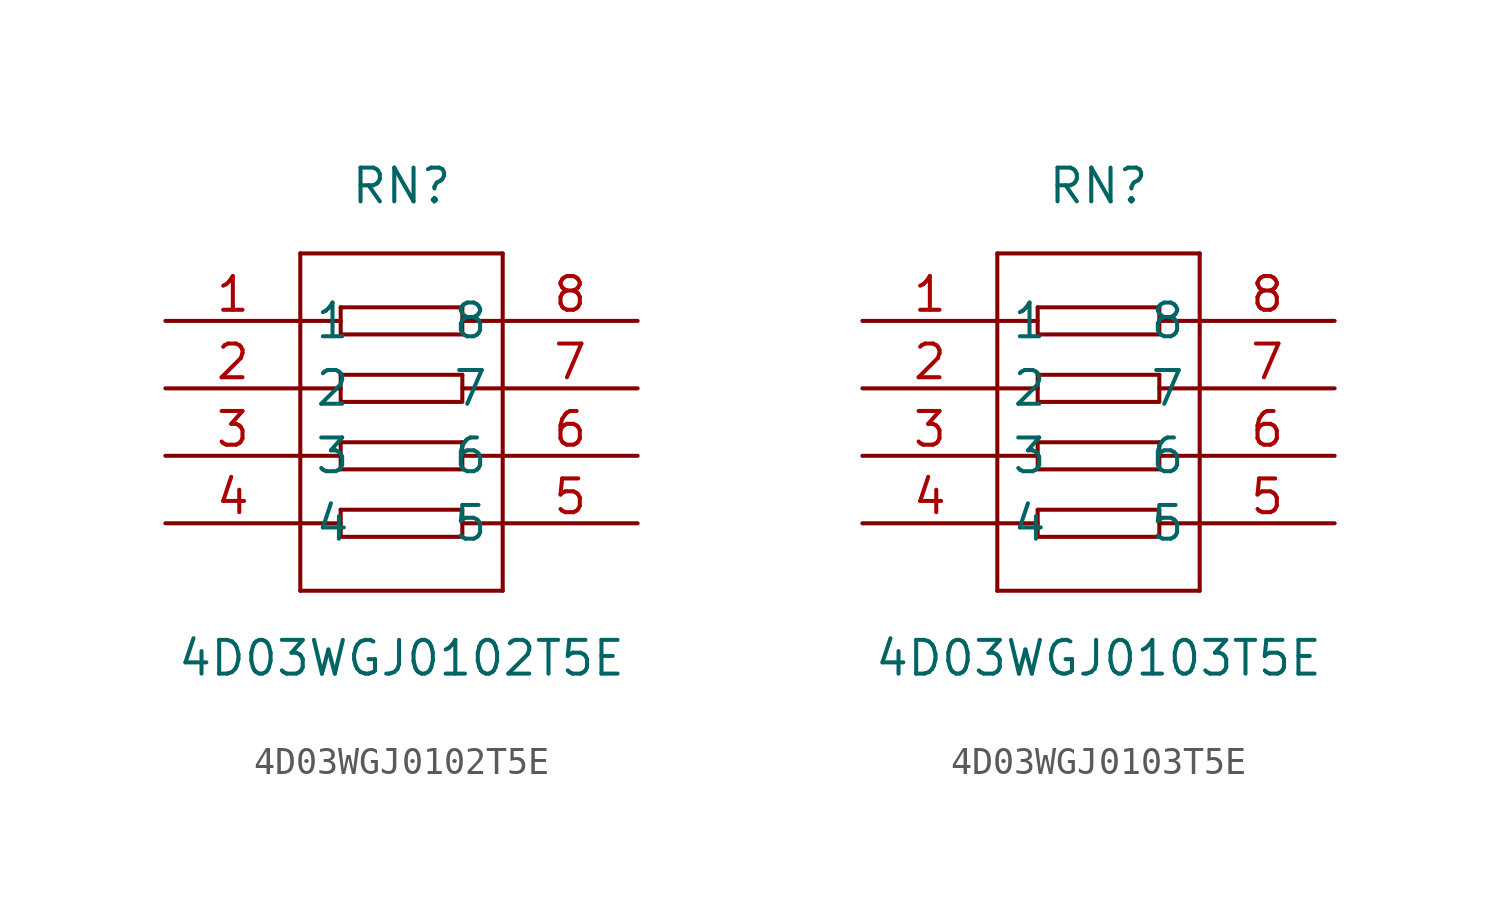
<source format=kicad_sym>
(kicad_symbol_lib
  (version 20220914)
  (generator https://github.com/uPesy/easyeda2kicad.py)
  (symbol "4D03WGJ0102T5E"
    (property "Reference" "RN"
      (at 0 8.89 0)
      (effects (font (size 1.27 1.27))))
    (property "Value" "4D03WGJ0102T5E"
      (at 0 -8.89 0)
      (effects (font (size 1.27 1.27))))
    (symbol "4D03WGJ0102T5E_0_1"
      (polyline (pts (xy -3.81 -6.35) (xy 3.81 -6.35)) (stroke (width 0) (type default)) (fill (type none)))
      (polyline (pts (xy -3.81 -3.81) (xy -2.29 -3.81)) (stroke (width 0) (type default)) (fill (type none)))
      (polyline (pts (xy -3.81 -1.27) (xy -2.29 -1.27)) (stroke (width 0) (type default)) (fill (type none)))
      (polyline (pts (xy -3.81 1.27) (xy -2.29 1.27)) (stroke (width 0) (type default)) (fill (type none)))
      (polyline (pts (xy -3.81 3.81) (xy -2.29 3.81)) (stroke (width 0) (type default)) (fill (type none)))
      (polyline (pts (xy -3.81 6.35) (xy -3.81 -6.35)) (stroke (width 0) (type default)) (fill (type none)))
      (polyline (pts (xy -3.81 6.35) (xy 3.81 6.35)) (stroke (width 0) (type default)) (fill (type none)))
      (polyline (pts (xy -2.29 -3.3) (xy 2.29 -3.3)) (stroke (width 0) (type default)) (fill (type none)))
      (polyline (pts (xy -2.29 -0.76) (xy 2.29 -0.76)) (stroke (width 0) (type default)) (fill (type none)))
      (polyline (pts (xy -2.29 1.78) (xy 2.29 1.78)) (stroke (width 0) (type default)) (fill (type none)))
      (polyline (pts (xy -2.29 4.32) (xy 2.29 4.32)) (stroke (width 0) (type default)) (fill (type none)))
      (polyline (pts (xy 2.29 -3.81) (xy 3.81 -3.81)) (stroke (width 0) (type default)) (fill (type none)))
      (polyline (pts (xy 2.29 -1.27) (xy 3.81 -1.27)) (stroke (width 0) (type default)) (fill (type none)))
      (polyline (pts (xy 2.29 1.27) (xy 3.81 1.27)) (stroke (width 0) (type default)) (fill (type none)))
      (polyline (pts (xy 2.29 3.81) (xy 3.81 3.81)) (stroke (width 0) (type default)) (fill (type none)))
      (polyline (pts (xy 3.81 6.35) (xy 3.81 -6.35)) (stroke (width 0) (type default)) (fill (type none)))
      (polyline (pts (xy -2.29 -3.3) (xy -2.29 -4.32) (xy 2.29 -4.32) (xy 2.29 -3.3)) (stroke (width 0) (type default)) (fill (type none)))
      (polyline (pts (xy -2.29 -0.76) (xy -2.29 -1.78) (xy 2.29 -1.78) (xy 2.29 -0.76)) (stroke (width 0) (type default)) (fill (type none)))
      (polyline (pts (xy -2.29 1.78) (xy -2.29 0.76) (xy 2.29 0.76) (xy 2.29 1.78)) (stroke (width 0) (type default)) (fill (type none)))
      (polyline (pts (xy -2.29 4.32) (xy -2.29 3.3) (xy 2.29 3.3) (xy 2.29 4.32)) (stroke (width 0) (type default)) (fill (type none))))
    (symbol "4D03WGJ0102T5E_1_1"
      (pin passive line (at -8.89 3.81 0) (length 5.08) (name "1" (effects (font (size 1.27 1.27)))) (number "1" (effects (font (size 1.27 1.27)))))
      (pin passive line (at -8.89 1.27 0) (length 5.08) (name "2" (effects (font (size 1.27 1.27)))) (number "2" (effects (font (size 1.27 1.27)))))
      (pin passive line (at -8.89 -1.27 0) (length 5.08) (name "3" (effects (font (size 1.27 1.27)))) (number "3" (effects (font (size 1.27 1.27)))))
      (pin passive line (at -8.89 -3.81 0) (length 5.08) (name "4" (effects (font (size 1.27 1.27)))) (number "4" (effects (font (size 1.27 1.27)))))
      (pin passive line (at 8.89 -3.81 180) (length 5.08) (name "5" (effects (font (size 1.27 1.27)))) (number "5" (effects (font (size 1.27 1.27)))))
      (pin passive line (at 8.89 -1.27 180) (length 5.08) (name "6" (effects (font (size 1.27 1.27)))) (number "6" (effects (font (size 1.27 1.27)))))
      (pin passive line (at 8.89 1.27 180) (length 5.08) (name "7" (effects (font (size 1.27 1.27)))) (number "7" (effects (font (size 1.27 1.27)))))
      (pin passive line (at 8.89 3.81 180) (length 5.08) (name "8" (effects (font (size 1.27 1.27)))) (number "8" (effects (font (size 1.27 1.27)))))))
  (symbol "4D03WGJ0103T5E"
    (property "Reference" "RN"
      (at 0 8.89 0)
      (effects (font (size 1.27 1.27))))
    (property "Value" "4D03WGJ0103T5E"
      (at 0 -8.89 0)
      (effects (font (size 1.27 1.27))))
    (symbol "4D03WGJ0103T5E_0_1"
      (polyline (pts (xy -3.81 -6.35) (xy 3.81 -6.35)) (stroke (width 0) (type default)) (fill (type none)))
      (polyline (pts (xy -3.81 -3.81) (xy -2.29 -3.81)) (stroke (width 0) (type default)) (fill (type none)))
      (polyline (pts (xy -3.81 -1.27) (xy -2.29 -1.27)) (stroke (width 0) (type default)) (fill (type none)))
      (polyline (pts (xy -3.81 1.27) (xy -2.29 1.27)) (stroke (width 0) (type default)) (fill (type none)))
      (polyline (pts (xy -3.81 3.81) (xy -2.29 3.81)) (stroke (width 0) (type default)) (fill (type none)))
      (polyline (pts (xy -3.81 6.35) (xy -3.81 -6.35)) (stroke (width 0) (type default)) (fill (type none)))
      (polyline (pts (xy -3.81 6.35) (xy 3.81 6.35)) (stroke (width 0) (type default)) (fill (type none)))
      (polyline (pts (xy -2.29 -3.3) (xy 2.29 -3.3)) (stroke (width 0) (type default)) (fill (type none)))
      (polyline (pts (xy -2.29 -0.76) (xy 2.29 -0.76)) (stroke (width 0) (type default)) (fill (type none)))
      (polyline (pts (xy -2.29 1.78) (xy 2.29 1.78)) (stroke (width 0) (type default)) (fill (type none)))
      (polyline (pts (xy -2.29 4.32) (xy 2.29 4.32)) (stroke (width 0) (type default)) (fill (type none)))
      (polyline (pts (xy 2.29 -3.81) (xy 3.81 -3.81)) (stroke (width 0) (type default)) (fill (type none)))
      (polyline (pts (xy 2.29 -1.27) (xy 3.81 -1.27)) (stroke (width 0) (type default)) (fill (type none)))
      (polyline (pts (xy 2.29 1.27) (xy 3.81 1.27)) (stroke (width 0) (type default)) (fill (type none)))
      (polyline (pts (xy 2.29 3.81) (xy 3.81 3.81)) (stroke (width 0) (type default)) (fill (type none)))
      (polyline (pts (xy 3.81 6.35) (xy 3.81 -6.35)) (stroke (width 0) (type default)) (fill (type none)))
      (polyline (pts (xy -2.29 -3.3) (xy -2.29 -4.32) (xy 2.29 -4.32) (xy 2.29 -3.3)) (stroke (width 0) (type default)) (fill (type none)))
      (polyline (pts (xy -2.29 -0.76) (xy -2.29 -1.78) (xy 2.29 -1.78) (xy 2.29 -0.76)) (stroke (width 0) (type default)) (fill (type none)))
      (polyline (pts (xy -2.29 1.78) (xy -2.29 0.76) (xy 2.29 0.76) (xy 2.29 1.78)) (stroke (width 0) (type default)) (fill (type none)))
      (polyline (pts (xy -2.29 4.32) (xy -2.29 3.3) (xy 2.29 3.3) (xy 2.29 4.32)) (stroke (width 0) (type default)) (fill (type none)))
      (pin input line (at -8.89 3.81 0) (length 5.08) (name "1" (effects (font (size 1.27 1.27)))) (number "1" (effects (font (size 1.27 1.27)))))
      (pin input line (at -8.89 1.27 0) (length 5.08) (name "2" (effects (font (size 1.27 1.27)))) (number "2" (effects (font (size 1.27 1.27)))))
      (pin input line (at -8.89 -1.27 0) (length 5.08) (name "3" (effects (font (size 1.27 1.27)))) (number "3" (effects (font (size 1.27 1.27)))))
      (pin input line (at -8.89 -3.81 0) (length 5.08) (name "4" (effects (font (size 1.27 1.27)))) (number "4" (effects (font (size 1.27 1.27)))))
      (pin input line (at 8.89 -3.81 180) (length 5.08) (name "5" (effects (font (size 1.27 1.27)))) (number "5" (effects (font (size 1.27 1.27)))))
      (pin input line (at 8.89 -1.27 180) (length 5.08) (name "6" (effects (font (size 1.27 1.27)))) (number "6" (effects (font (size 1.27 1.27)))))
      (pin input line (at 8.89 1.27 180) (length 5.08) (name "7" (effects (font (size 1.27 1.27)))) (number "7" (effects (font (size 1.27 1.27)))))
      (pin input line (at 8.89 3.81 180) (length 5.08) (name "8" (effects (font (size 1.27 1.27)))) (number "8" (effects (font (size 1.27 1.27))))))))
</source>
